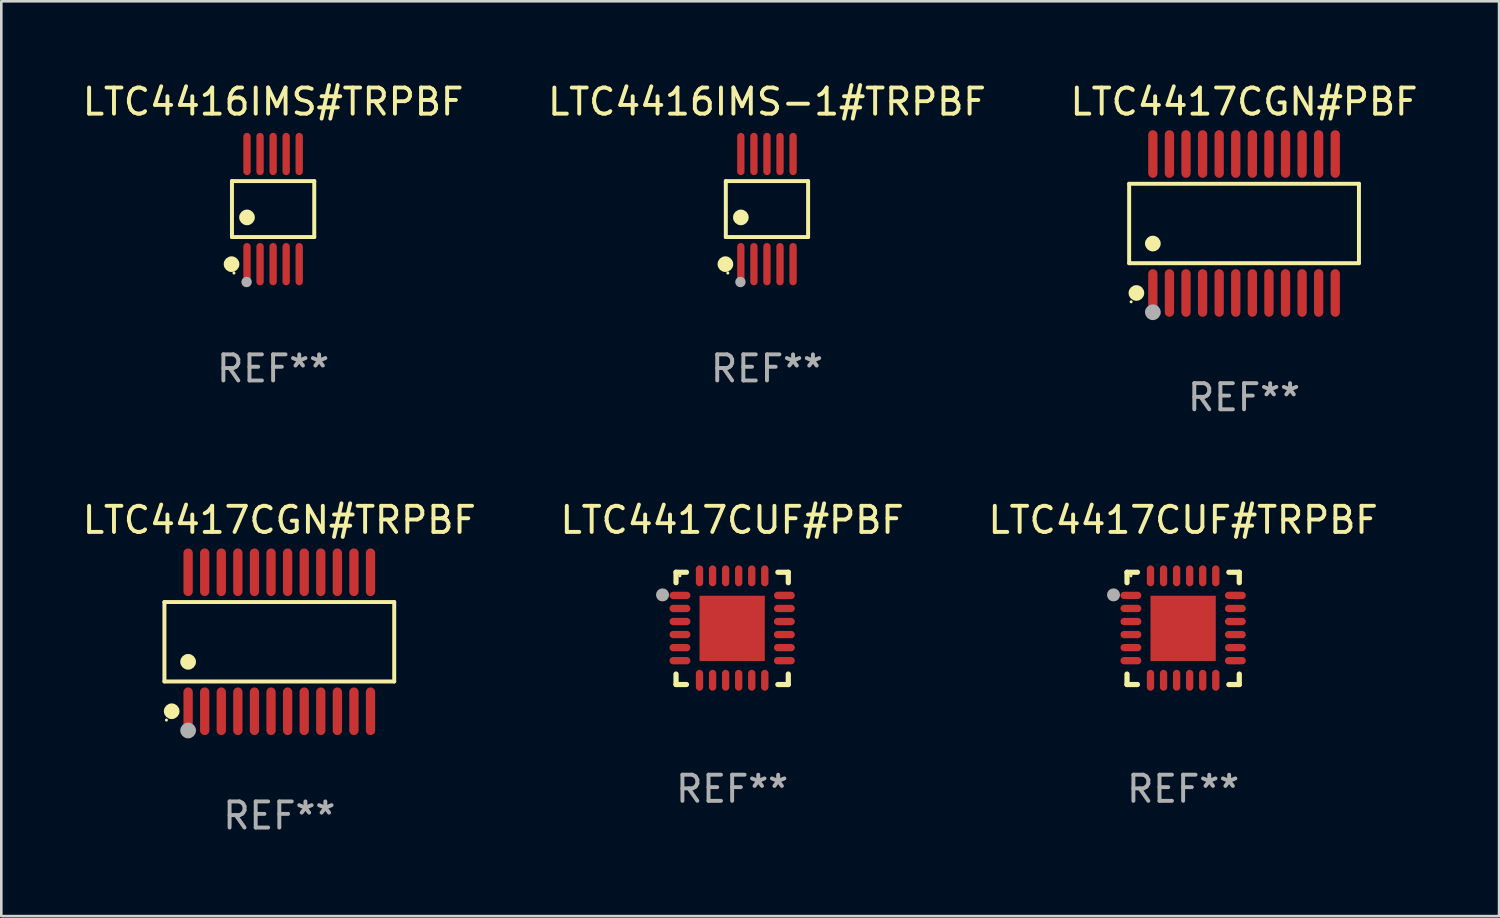
<source format=kicad_pcb>
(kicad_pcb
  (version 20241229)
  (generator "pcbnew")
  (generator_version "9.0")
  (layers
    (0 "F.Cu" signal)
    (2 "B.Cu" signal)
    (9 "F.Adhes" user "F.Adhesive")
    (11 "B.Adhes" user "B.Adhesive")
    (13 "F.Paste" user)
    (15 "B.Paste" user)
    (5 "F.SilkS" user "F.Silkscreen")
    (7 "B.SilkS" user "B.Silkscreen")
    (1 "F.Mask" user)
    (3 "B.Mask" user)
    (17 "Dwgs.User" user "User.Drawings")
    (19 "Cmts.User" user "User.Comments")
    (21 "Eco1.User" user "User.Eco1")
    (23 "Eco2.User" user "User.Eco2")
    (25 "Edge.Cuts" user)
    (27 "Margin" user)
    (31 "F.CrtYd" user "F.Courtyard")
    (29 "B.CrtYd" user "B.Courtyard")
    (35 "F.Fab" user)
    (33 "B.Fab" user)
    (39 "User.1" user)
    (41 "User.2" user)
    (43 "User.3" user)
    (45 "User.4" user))
  (footprint "LTC4416IMS-1#TRPBF"
    (layer "F.Cu")
    (at 26.327 4.958)
    (property "Reference" "LTC4416IMS-1#TRPBF" (at 0 -4.11 0) (layer "F.SilkS") (effects (font (size 1 1) (thickness 0.15))))
    (attr through_hole)
    (fp_line (start -1.576 -1.071) (end 1.576 -1.071) (stroke (width 0.152) (type solid)) (layer "F.SilkS"))
    (fp_line (start -1.576 1.071) (end -1.576 -1.071) (stroke (width 0.152) (type solid)) (layer "F.SilkS"))
    (fp_line (start 1.576 -1.071) (end 1.576 1.071) (stroke (width 0.152) (type solid)) (layer "F.SilkS"))
    (fp_line (start 1.576 1.071) (end -1.576 1.071) (stroke (width 0.152) (type solid)) (layer "F.SilkS"))
    (fp_circle (center -1.592 2.11) (end -1.442 2.11) (stroke (width 0.3) (type solid)) (fill no) (layer "F.SilkS"))
    (fp_circle (center -1.5 2.45) (end -1.47 2.45) (stroke (width 0.06) (type solid)) (fill no) (layer "F.SilkS"))
    (fp_circle (center -1 0.319) (end -0.85 0.319) (stroke (width 0.3) (type solid)) (fill no) (layer "F.SilkS"))
    (fp_circle (center -1.016 2.794) (end -0.916 2.794) (stroke (width 0.2) (type solid)) (fill no) (layer "F.Fab"))
    (fp_text user "REF**" (at 0 6.11 0) (layer "F.Fab") (effects (font (size 1 1) (thickness 0.15))))
    (pad "1" smd oval (at -1 2.11) (size 0.28 1.62) (layers "F.Cu" "F.Mask" "F.Paste"))
    (pad "2" smd oval (at -0.5 2.11) (size 0.28 1.62) (layers "F.Cu" "F.Mask" "F.Paste"))
    (pad "3" smd oval (at 0 2.11) (size 0.28 1.62) (layers "F.Cu" "F.Mask" "F.Paste"))
    (pad "4" smd oval (at 0.5 2.11) (size 0.28 1.62) (layers "F.Cu" "F.Mask" "F.Paste"))
    (pad "5" smd oval (at 1 2.11) (size 0.28 1.62) (layers "F.Cu" "F.Mask" "F.Paste"))
    (pad "6" smd oval (at 1 -2.11) (size 0.28 1.62) (layers "F.Cu" "F.Mask" "F.Paste"))
    (pad "7" smd oval (at 0.5 -2.11) (size 0.28 1.62) (layers "F.Cu" "F.Mask" "F.Paste"))
    (pad "8" smd oval (at 0 -2.11) (size 0.28 1.62) (layers "F.Cu" "F.Mask" "F.Paste"))
    (pad "9" smd oval (at -0.5 -2.11) (size 0.28 1.62) (layers "F.Cu" "F.Mask" "F.Paste"))
    (pad "10" smd oval (at -1 -2.11) (size 0.28 1.62) (layers "F.Cu" "F.Mask" "F.Paste")))
  (footprint "LTC4416IMS#TRPBF"
    (layer "F.Cu")
    (at 7.411 4.958)
    (property "Reference" "LTC4416IMS#TRPBF" (at 0 -4.11 0) (layer "F.SilkS") (effects (font (size 1 1) (thickness 0.15))))
    (attr through_hole)
    (fp_line (start -1.576 -1.071) (end 1.576 -1.071) (stroke (width 0.152) (type solid)) (layer "F.SilkS"))
    (fp_line (start -1.576 1.071) (end -1.576 -1.071) (stroke (width 0.152) (type solid)) (layer "F.SilkS"))
    (fp_line (start 1.576 -1.071) (end 1.576 1.071) (stroke (width 0.152) (type solid)) (layer "F.SilkS"))
    (fp_line (start 1.576 1.071) (end -1.576 1.071) (stroke (width 0.152) (type solid)) (layer "F.SilkS"))
    (fp_circle (center -1.592 2.11) (end -1.442 2.11) (stroke (width 0.3) (type solid)) (fill no) (layer "F.SilkS"))
    (fp_circle (center -1.5 2.45) (end -1.47 2.45) (stroke (width 0.06) (type solid)) (fill no) (layer "F.SilkS"))
    (fp_circle (center -1 0.319) (end -0.85 0.319) (stroke (width 0.3) (type solid)) (fill no) (layer "F.SilkS"))
    (fp_circle (center -1.016 2.794) (end -0.916 2.794) (stroke (width 0.2) (type solid)) (fill no) (layer "F.Fab"))
    (fp_text user "REF**" (at 0 6.11 0) (layer "F.Fab") (effects (font (size 1 1) (thickness 0.15))))
    (pad "1" smd oval (at -1 2.11) (size 0.28 1.62) (layers "F.Cu" "F.Mask" "F.Paste"))
    (pad "2" smd oval (at -0.5 2.11) (size 0.28 1.62) (layers "F.Cu" "F.Mask" "F.Paste"))
    (pad "3" smd oval (at 0 2.11) (size 0.28 1.62) (layers "F.Cu" "F.Mask" "F.Paste"))
    (pad "4" smd oval (at 0.5 2.11) (size 0.28 1.62) (layers "F.Cu" "F.Mask" "F.Paste"))
    (pad "5" smd oval (at 1 2.11) (size 0.28 1.62) (layers "F.Cu" "F.Mask" "F.Paste"))
    (pad "6" smd oval (at 1 -2.11) (size 0.28 1.62) (layers "F.Cu" "F.Mask" "F.Paste"))
    (pad "7" smd oval (at 0.5 -2.11) (size 0.28 1.62) (layers "F.Cu" "F.Mask" "F.Paste"))
    (pad "8" smd oval (at 0 -2.11) (size 0.28 1.62) (layers "F.Cu" "F.Mask" "F.Paste"))
    (pad "9" smd oval (at -0.5 -2.11) (size 0.28 1.62) (layers "F.Cu" "F.Mask" "F.Paste"))
    (pad "10" smd oval (at -1 -2.11) (size 0.28 1.62) (layers "F.Cu" "F.Mask" "F.Paste")))
  (footprint "LTC4417CUF#TRPBF"
    (layer "F.Cu")
    (at 42.268 21.019)
    (property "Reference" "LTC4417CUF#TRPBF" (at 0 -4.15 0) (layer "F.SilkS") (effects (font (size 1 1) (thickness 0.15))))
    (attr through_hole)
    (fp_line (start -2.15 -2.15) (end -1.75 -2.15) (stroke (width 0.2) (type solid)) (layer "F.SilkS"))
    (fp_line (start -2.15 -1.75) (end -2.15 -2.15) (stroke (width 0.2) (type solid)) (layer "F.SilkS"))
    (fp_line (start -2.15 2.15) (end -2.15 1.75) (stroke (width 0.2) (type solid)) (layer "F.SilkS"))
    (fp_line (start -1.75 2.15) (end -2.15 2.15) (stroke (width 0.2) (type solid)) (layer "F.SilkS"))
    (fp_line (start 1.75 -2.15) (end 2.15 -2.15) (stroke (width 0.2) (type solid)) (layer "F.SilkS"))
    (fp_line (start 1.75 2.15) (end 2.15 2.15) (stroke (width 0.2) (type solid)) (layer "F.SilkS"))
    (fp_line (start 2.15 -2.15) (end 2.15 -1.75) (stroke (width 0.2) (type solid)) (layer "F.SilkS"))
    (fp_line (start 2.15 2.15) (end 2.15 1.75) (stroke (width 0.2) (type solid)) (layer "F.SilkS"))
    (fp_circle (center -2 -2.013) (end -1.97 -2.013) (stroke (width 0.06) (type solid)) (fill no) (layer "F.SilkS"))
    (fp_circle (center -2.667 -1.283) (end -2.542 -1.283) (stroke (width 0.25) (type solid)) (fill no) (layer "F.Fab"))
    (fp_text user "REF**" (at 0 6.15 0) (layer "F.Fab") (effects (font (size 1 1) (thickness 0.15))))
    (pad "1" smd oval (at -2 -1.263) (size 0.8 0.28) (layers "F.Cu" "F.Mask" "F.Paste"))
    (pad "2" smd oval (at -2 -0.763) (size 0.8 0.28) (layers "F.Cu" "F.Mask" "F.Paste"))
    (pad "3" smd oval (at -2 -0.263) (size 0.8 0.28) (layers "F.Cu" "F.Mask" "F.Paste"))
    (pad "4" smd oval (at -2 0.237) (size 0.8 0.28) (layers "F.Cu" "F.Mask" "F.Paste"))
    (pad "5" smd oval (at -2 0.737) (size 0.8 0.28) (layers "F.Cu" "F.Mask" "F.Paste"))
    (pad "6" smd oval (at -2 1.237) (size 0.8 0.28) (layers "F.Cu" "F.Mask" "F.Paste"))
    (pad "7" smd oval (at -1.25 1.987) (size 0.28 0.8) (layers "F.Cu" "F.Mask" "F.Paste"))
    (pad "8" smd oval (at -0.75 1.987) (size 0.28 0.8) (layers "F.Cu" "F.Mask" "F.Paste"))
    (pad "9" smd oval (at -0.25 1.987) (size 0.28 0.8) (layers "F.Cu" "F.Mask" "F.Paste"))
    (pad "10" smd oval (at 0.25 1.987) (size 0.28 0.8) (layers "F.Cu" "F.Mask" "F.Paste"))
    (pad "11" smd oval (at 0.75 1.987) (size 0.28 0.8) (layers "F.Cu" "F.Mask" "F.Paste"))
    (pad "12" smd oval (at 1.25 1.987) (size 0.28 0.8) (layers "F.Cu" "F.Mask" "F.Paste"))
    (pad "13" smd oval (at 2 1.237) (size 0.8 0.28) (layers "F.Cu" "F.Mask" "F.Paste"))
    (pad "14" smd oval (at 2 0.737) (size 0.8 0.28) (layers "F.Cu" "F.Mask" "F.Paste"))
    (pad "15" smd oval (at 2 0.237) (size 0.8 0.28) (layers "F.Cu" "F.Mask" "F.Paste"))
    (pad "16" smd oval (at 2 -0.263) (size 0.8 0.28) (layers "F.Cu" "F.Mask" "F.Paste"))
    (pad "17" smd oval (at 2 -0.763) (size 0.8 0.28) (layers "F.Cu" "F.Mask" "F.Paste"))
    (pad "18" smd oval (at 2 -1.263) (size 0.8 0.28) (layers "F.Cu" "F.Mask" "F.Paste"))
    (pad "19" smd oval (at 1.25 -2.013) (size 0.28 0.8) (layers "F.Cu" "F.Mask" "F.Paste"))
    (pad "20" smd oval (at 0.75 -2.013) (size 0.28 0.8) (layers "F.Cu" "F.Mask" "F.Paste"))
    (pad "21" smd oval (at 0.25 -2.013) (size 0.28 0.8) (layers "F.Cu" "F.Mask" "F.Paste"))
    (pad "22" smd oval (at -0.25 -2.013) (size 0.28 0.8) (layers "F.Cu" "F.Mask" "F.Paste"))
    (pad "23" smd oval (at -0.75 -2.013) (size 0.28 0.8) (layers "F.Cu" "F.Mask" "F.Paste"))
    (pad "24" smd oval (at -1.25 -2.013) (size 0.28 0.8) (layers "F.Cu" "F.Mask" "F.Paste"))
    (pad "25" smd rect (at -0.000127 -0.00014) (size 2.5 2.5) (layers "F.Cu" "F.Mask" "F.Paste")))
  (footprint "LTC4417CGN#TRPBF"
    (layer "F.Cu")
    (at 7.649 21.531)
    (property "Reference" "LTC4417CGN#TRPBF" (at 0 -4.662 0) (layer "F.SilkS") (effects (font (size 1 1) (thickness 0.15))))
    (attr through_hole)
    (fp_line (start -4.401 -1.521) (end 4.401 -1.521) (stroke (width 0.152) (type solid)) (layer "F.SilkS"))
    (fp_line (start -4.401 1.521) (end -4.401 -1.521) (stroke (width 0.152) (type solid)) (layer "F.SilkS"))
    (fp_line (start 4.401 -1.521) (end 4.401 1.521) (stroke (width 0.152) (type solid)) (layer "F.SilkS"))
    (fp_line (start 4.401 1.521) (end -4.401 1.521) (stroke (width 0.152) (type solid)) (layer "F.SilkS"))
    (fp_circle (center -4.325 3) (end -4.295 3) (stroke (width 0.06) (type solid)) (fill no) (layer "F.SilkS"))
    (fp_circle (center -4.123 2.662) (end -3.973 2.662) (stroke (width 0.3) (type solid)) (fill no) (layer "F.SilkS"))
    (fp_circle (center -3.493 0.769) (end -3.342 0.769) (stroke (width 0.3) (type solid)) (fill no) (layer "F.SilkS"))
    (fp_circle (center -3.493 3.4) (end -3.342 3.4) (stroke (width 0.3) (type solid)) (fill no) (layer "F.Fab"))
    (fp_text user "REF**" (at 0 6.662 0) (layer "F.Fab") (effects (font (size 1 1) (thickness 0.15))))
    (pad "1" smd oval (at -3.493 2.662) (size 0.356 1.824) (layers "F.Cu" "F.Mask" "F.Paste"))
    (pad "2" smd oval (at -2.858 2.662) (size 0.356 1.824) (layers "F.Cu" "F.Mask" "F.Paste"))
    (pad "3" smd oval (at -2.223 2.662) (size 0.356 1.824) (layers "F.Cu" "F.Mask" "F.Paste"))
    (pad "4" smd oval (at -1.588 2.662) (size 0.356 1.824) (layers "F.Cu" "F.Mask" "F.Paste"))
    (pad "5" smd oval (at -0.953 2.662) (size 0.356 1.824) (layers "F.Cu" "F.Mask" "F.Paste"))
    (pad "6" smd oval (at -0.318 2.662) (size 0.356 1.824) (layers "F.Cu" "F.Mask" "F.Paste"))
    (pad "7" smd oval (at 0.318 2.662) (size 0.356 1.824) (layers "F.Cu" "F.Mask" "F.Paste"))
    (pad "8" smd oval (at 0.953 2.662) (size 0.356 1.824) (layers "F.Cu" "F.Mask" "F.Paste"))
    (pad "9" smd oval (at 1.588 2.662) (size 0.356 1.824) (layers "F.Cu" "F.Mask" "F.Paste"))
    (pad "10" smd oval (at 2.223 2.662) (size 0.356 1.824) (layers "F.Cu" "F.Mask" "F.Paste"))
    (pad "11" smd oval (at 2.858 2.662) (size 0.356 1.824) (layers "F.Cu" "F.Mask" "F.Paste"))
    (pad "12" smd oval (at 3.493 2.662) (size 0.356 1.824) (layers "F.Cu" "F.Mask" "F.Paste"))
    (pad "13" smd oval (at 3.493 -2.662) (size 0.356 1.824) (layers "F.Cu" "F.Mask" "F.Paste"))
    (pad "14" smd oval (at 2.858 -2.662) (size 0.356 1.824) (layers "F.Cu" "F.Mask" "F.Paste"))
    (pad "15" smd oval (at 2.223 -2.662) (size 0.356 1.824) (layers "F.Cu" "F.Mask" "F.Paste"))
    (pad "16" smd oval (at 1.588 -2.662) (size 0.356 1.824) (layers "F.Cu" "F.Mask" "F.Paste"))
    (pad "17" smd oval (at 0.953 -2.662) (size 0.356 1.824) (layers "F.Cu" "F.Mask" "F.Paste"))
    (pad "18" smd oval (at 0.318 -2.662) (size 0.356 1.824) (layers "F.Cu" "F.Mask" "F.Paste"))
    (pad "19" smd oval (at -0.318 -2.662) (size 0.356 1.824) (layers "F.Cu" "F.Mask" "F.Paste"))
    (pad "20" smd oval (at -0.953 -2.662) (size 0.356 1.824) (layers "F.Cu" "F.Mask" "F.Paste"))
    (pad "21" smd oval (at -1.588 -2.662) (size 0.356 1.824) (layers "F.Cu" "F.Mask" "F.Paste"))
    (pad "22" smd oval (at -2.223 -2.662) (size 0.356 1.824) (layers "F.Cu" "F.Mask" "F.Paste"))
    (pad "23" smd oval (at -2.858 -2.662) (size 0.356 1.824) (layers "F.Cu" "F.Mask" "F.Paste"))
    (pad "24" smd oval (at -3.493 -2.662) (size 0.356 1.824) (layers "F.Cu" "F.Mask" "F.Paste")))
  (footprint "LTC4417CUF#PBF"
    (layer "F.Cu")
    (at 24.994 21.019)
    (property "Reference" "LTC4417CUF#PBF" (at 0 -4.15 0) (layer "F.SilkS") (effects (font (size 1 1) (thickness 0.15))))
    (attr through_hole)
    (fp_line (start -2.15 -2.15) (end -1.75 -2.15) (stroke (width 0.2) (type solid)) (layer "F.SilkS"))
    (fp_line (start -2.15 -1.75) (end -2.15 -2.15) (stroke (width 0.2) (type solid)) (layer "F.SilkS"))
    (fp_line (start -2.15 2.15) (end -2.15 1.75) (stroke (width 0.2) (type solid)) (layer "F.SilkS"))
    (fp_line (start -1.75 2.15) (end -2.15 2.15) (stroke (width 0.2) (type solid)) (layer "F.SilkS"))
    (fp_line (start 1.75 -2.15) (end 2.15 -2.15) (stroke (width 0.2) (type solid)) (layer "F.SilkS"))
    (fp_line (start 1.75 2.15) (end 2.15 2.15) (stroke (width 0.2) (type solid)) (layer "F.SilkS"))
    (fp_line (start 2.15 -2.15) (end 2.15 -1.75) (stroke (width 0.2) (type solid)) (layer "F.SilkS"))
    (fp_line (start 2.15 2.15) (end 2.15 1.75) (stroke (width 0.2) (type solid)) (layer "F.SilkS"))
    (fp_circle (center -2 -2.013) (end -1.97 -2.013) (stroke (width 0.06) (type solid)) (fill no) (layer "F.SilkS"))
    (fp_circle (center -2.667 -1.283) (end -2.542 -1.283) (stroke (width 0.25) (type solid)) (fill no) (layer "F.Fab"))
    (fp_text user "REF**" (at 0 6.15 0) (layer "F.Fab") (effects (font (size 1 1) (thickness 0.15))))
    (pad "1" smd oval (at -2 -1.263) (size 0.8 0.28) (layers "F.Cu" "F.Mask" "F.Paste"))
    (pad "2" smd oval (at -2 -0.763) (size 0.8 0.28) (layers "F.Cu" "F.Mask" "F.Paste"))
    (pad "3" smd oval (at -2 -0.263) (size 0.8 0.28) (layers "F.Cu" "F.Mask" "F.Paste"))
    (pad "4" smd oval (at -2 0.237) (size 0.8 0.28) (layers "F.Cu" "F.Mask" "F.Paste"))
    (pad "5" smd oval (at -2 0.737) (size 0.8 0.28) (layers "F.Cu" "F.Mask" "F.Paste"))
    (pad "6" smd oval (at -2 1.237) (size 0.8 0.28) (layers "F.Cu" "F.Mask" "F.Paste"))
    (pad "7" smd oval (at -1.25 1.987) (size 0.28 0.8) (layers "F.Cu" "F.Mask" "F.Paste"))
    (pad "8" smd oval (at -0.75 1.987) (size 0.28 0.8) (layers "F.Cu" "F.Mask" "F.Paste"))
    (pad "9" smd oval (at -0.25 1.987) (size 0.28 0.8) (layers "F.Cu" "F.Mask" "F.Paste"))
    (pad "10" smd oval (at 0.25 1.987) (size 0.28 0.8) (layers "F.Cu" "F.Mask" "F.Paste"))
    (pad "11" smd oval (at 0.75 1.987) (size 0.28 0.8) (layers "F.Cu" "F.Mask" "F.Paste"))
    (pad "12" smd oval (at 1.25 1.987) (size 0.28 0.8) (layers "F.Cu" "F.Mask" "F.Paste"))
    (pad "13" smd oval (at 2 1.237) (size 0.8 0.28) (layers "F.Cu" "F.Mask" "F.Paste"))
    (pad "14" smd oval (at 2 0.737) (size 0.8 0.28) (layers "F.Cu" "F.Mask" "F.Paste"))
    (pad "15" smd oval (at 2 0.237) (size 0.8 0.28) (layers "F.Cu" "F.Mask" "F.Paste"))
    (pad "16" smd oval (at 2 -0.263) (size 0.8 0.28) (layers "F.Cu" "F.Mask" "F.Paste"))
    (pad "17" smd oval (at 2 -0.763) (size 0.8 0.28) (layers "F.Cu" "F.Mask" "F.Paste"))
    (pad "18" smd oval (at 2 -1.263) (size 0.8 0.28) (layers "F.Cu" "F.Mask" "F.Paste"))
    (pad "19" smd oval (at 1.25 -2.013) (size 0.28 0.8) (layers "F.Cu" "F.Mask" "F.Paste"))
    (pad "20" smd oval (at 0.75 -2.013) (size 0.28 0.8) (layers "F.Cu" "F.Mask" "F.Paste"))
    (pad "21" smd oval (at 0.25 -2.013) (size 0.28 0.8) (layers "F.Cu" "F.Mask" "F.Paste"))
    (pad "22" smd oval (at -0.25 -2.013) (size 0.28 0.8) (layers "F.Cu" "F.Mask" "F.Paste"))
    (pad "23" smd oval (at -0.75 -2.013) (size 0.28 0.8) (layers "F.Cu" "F.Mask" "F.Paste"))
    (pad "24" smd oval (at -1.25 -2.013) (size 0.28 0.8) (layers "F.Cu" "F.Mask" "F.Paste"))
    (pad "25" smd rect (at -0.000127 -0.00014) (size 2.5 2.5) (layers "F.Cu" "F.Mask" "F.Paste")))
  (footprint "LTC4417CGN#PBF"
    (layer "F.Cu")
    (at 44.601 5.51)
    (property "Reference" "LTC4417CGN#PBF" (at 0 -4.662 0) (layer "F.SilkS") (effects (font (size 1 1) (thickness 0.15))))
    (attr through_hole)
    (fp_line (start -4.401 -1.521) (end 4.401 -1.521) (stroke (width 0.152) (type solid)) (layer "F.SilkS"))
    (fp_line (start -4.401 1.521) (end -4.401 -1.521) (stroke (width 0.152) (type solid)) (layer "F.SilkS"))
    (fp_line (start 4.401 -1.521) (end 4.401 1.521) (stroke (width 0.152) (type solid)) (layer "F.SilkS"))
    (fp_line (start 4.401 1.521) (end -4.401 1.521) (stroke (width 0.152) (type solid)) (layer "F.SilkS"))
    (fp_circle (center -4.325 3) (end -4.295 3) (stroke (width 0.06) (type solid)) (fill no) (layer "F.SilkS"))
    (fp_circle (center -4.123 2.662) (end -3.973 2.662) (stroke (width 0.3) (type solid)) (fill no) (layer "F.SilkS"))
    (fp_circle (center -3.493 0.769) (end -3.342 0.769) (stroke (width 0.3) (type solid)) (fill no) (layer "F.SilkS"))
    (fp_circle (center -3.493 3.4) (end -3.342 3.4) (stroke (width 0.3) (type solid)) (fill no) (layer "F.Fab"))
    (fp_text user "REF**" (at 0 6.662 0) (layer "F.Fab") (effects (font (size 1 1) (thickness 0.15))))
    (pad "1" smd oval (at -3.493 2.662) (size 0.356 1.824) (layers "F.Cu" "F.Mask" "F.Paste"))
    (pad "2" smd oval (at -2.858 2.662) (size 0.356 1.824) (layers "F.Cu" "F.Mask" "F.Paste"))
    (pad "3" smd oval (at -2.223 2.662) (size 0.356 1.824) (layers "F.Cu" "F.Mask" "F.Paste"))
    (pad "4" smd oval (at -1.588 2.662) (size 0.356 1.824) (layers "F.Cu" "F.Mask" "F.Paste"))
    (pad "5" smd oval (at -0.953 2.662) (size 0.356 1.824) (layers "F.Cu" "F.Mask" "F.Paste"))
    (pad "6" smd oval (at -0.318 2.662) (size 0.356 1.824) (layers "F.Cu" "F.Mask" "F.Paste"))
    (pad "7" smd oval (at 0.318 2.662) (size 0.356 1.824) (layers "F.Cu" "F.Mask" "F.Paste"))
    (pad "8" smd oval (at 0.953 2.662) (size 0.356 1.824) (layers "F.Cu" "F.Mask" "F.Paste"))
    (pad "9" smd oval (at 1.588 2.662) (size 0.356 1.824) (layers "F.Cu" "F.Mask" "F.Paste"))
    (pad "10" smd oval (at 2.223 2.662) (size 0.356 1.824) (layers "F.Cu" "F.Mask" "F.Paste"))
    (pad "11" smd oval (at 2.858 2.662) (size 0.356 1.824) (layers "F.Cu" "F.Mask" "F.Paste"))
    (pad "12" smd oval (at 3.493 2.662) (size 0.356 1.824) (layers "F.Cu" "F.Mask" "F.Paste"))
    (pad "13" smd oval (at 3.493 -2.662) (size 0.356 1.824) (layers "F.Cu" "F.Mask" "F.Paste"))
    (pad "14" smd oval (at 2.858 -2.662) (size 0.356 1.824) (layers "F.Cu" "F.Mask" "F.Paste"))
    (pad "15" smd oval (at 2.223 -2.662) (size 0.356 1.824) (layers "F.Cu" "F.Mask" "F.Paste"))
    (pad "16" smd oval (at 1.588 -2.662) (size 0.356 1.824) (layers "F.Cu" "F.Mask" "F.Paste"))
    (pad "17" smd oval (at 0.953 -2.662) (size 0.356 1.824) (layers "F.Cu" "F.Mask" "F.Paste"))
    (pad "18" smd oval (at 0.318 -2.662) (size 0.356 1.824) (layers "F.Cu" "F.Mask" "F.Paste"))
    (pad "19" smd oval (at -0.318 -2.662) (size 0.356 1.824) (layers "F.Cu" "F.Mask" "F.Paste"))
    (pad "20" smd oval (at -0.953 -2.662) (size 0.356 1.824) (layers "F.Cu" "F.Mask" "F.Paste"))
    (pad "21" smd oval (at -1.588 -2.662) (size 0.356 1.824) (layers "F.Cu" "F.Mask" "F.Paste"))
    (pad "22" smd oval (at -2.223 -2.662) (size 0.356 1.824) (layers "F.Cu" "F.Mask" "F.Paste"))
    (pad "23" smd oval (at -2.858 -2.662) (size 0.356 1.824) (layers "F.Cu" "F.Mask" "F.Paste"))
    (pad "24" smd oval (at -3.493 -2.662) (size 0.356 1.824) (layers "F.Cu" "F.Mask" "F.Paste")))
  (gr_rect
    (start -3 -3)
    (end 54.369 32.041)
    (stroke (width 0.1) (type default))
    (fill no)
    (layer "Edge.Cuts")))
</source>
